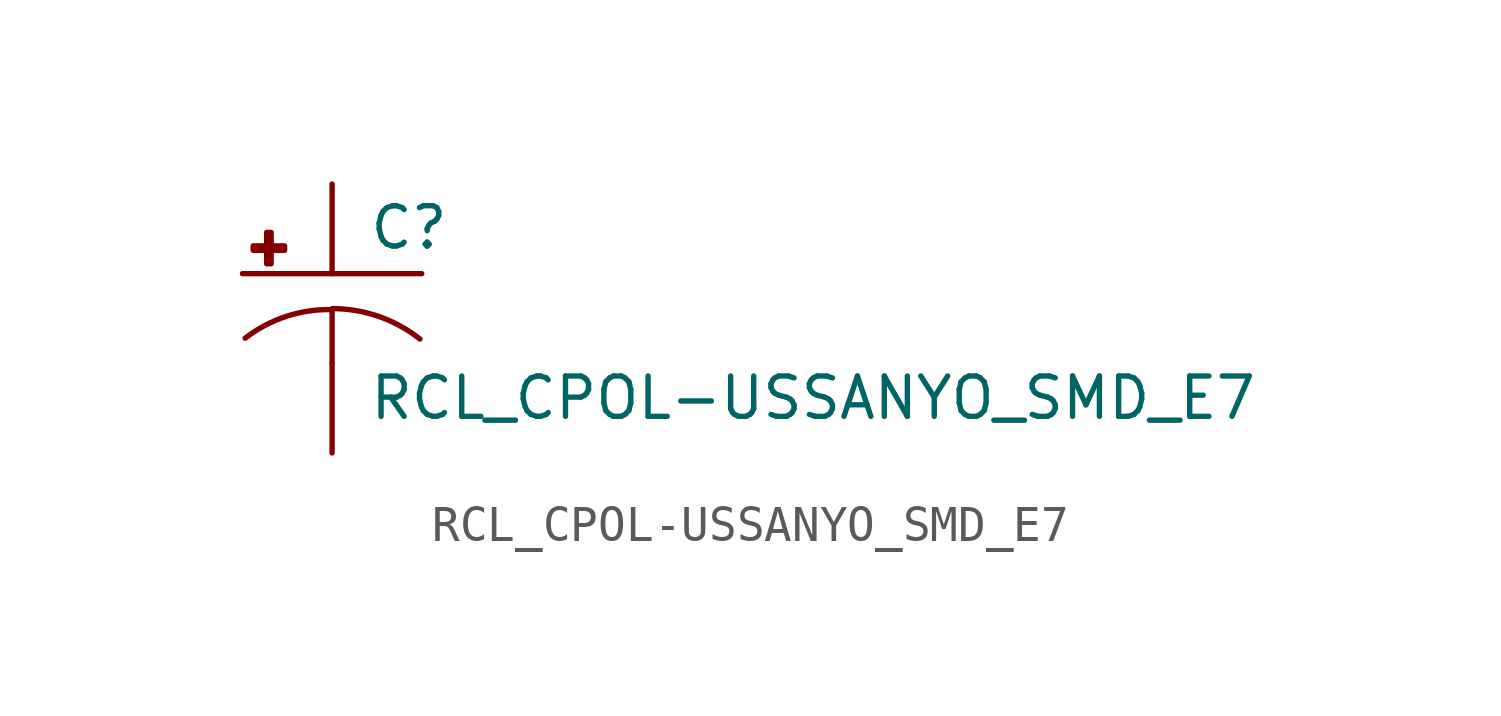
<source format=kicad_sym>
(kicad_symbol_lib
  (version 20210619)
  (generator kicad_symbol_editor)
  (symbol "RCL_CPOL-USSANYO_SMD_E7"
    (pin_numbers hide)
    (pin_names
      (offset 1.016) hide)
    (property "Reference" "C"
      (at 1.016 0.635 0)
      (effects (font (size 1.143 1.143)) (justify left bottom)))
    (property "Value" "RCL_CPOL-USSANYO_SMD_E7"
      (at 1.016 -4.191 0)
      (effects (font (size 1.143 1.143)) (justify left bottom)))
    (property "ki_locked" ""
      (at 0 0 0)
      (effects (font (size 1.27 1.27))))
    (symbol "RCL_CPOL-USSANYO_SMD_E7_1_0"
      (polyline (pts (xy -2.54 0) (xy 2.54 0)) (stroke (width 0)) (fill (type none)))
      (polyline (pts (xy 0 -1.016) (xy 0 -2.54)) (stroke (width 0)) (fill (type none)))
      (polyline (pts (xy 0 -1.016) (xy 0 -1.016)) (stroke (width 0)) (fill (type none))))
    (symbol "RCL_CPOL-USSANYO_SMD_E7_1_1"
      (arc (start 0 -1.016) (end -2.4638 -1.8288) (radius (at 0 -5.0546) (length 4.0386) (angles 90.1 127.3)) (stroke (width 0)) (fill (type none)))
      (arc (start 2.4892 -1.8542) (end 0 -0.9906) (radius (at 0 -5.0292) (length 4.0386) (angles 52.3 89.9)) (stroke (width 0)) (fill (type none)))
      (rectangle (start -2.235 0.66) (end -1.346 0.787) (stroke (width 0)) (fill (type outline)))
      (rectangle (start -1.854 0.279) (end -1.727 1.168) (stroke (width 0)) (fill (type outline)))
      (pin passive line (at 0 2.54 270) (length 2.54) (name "+" (effects (font (size 1.016 1.016)))) (number "+" (effects (font (size 1.016 1.016)))))
      (pin passive line (at 0 -5.08 90) (length 2.54) (name "-" (effects (font (size 1.016 1.016)))) (number "-" (effects (font (size 1.016 1.016))))))))
</source>
